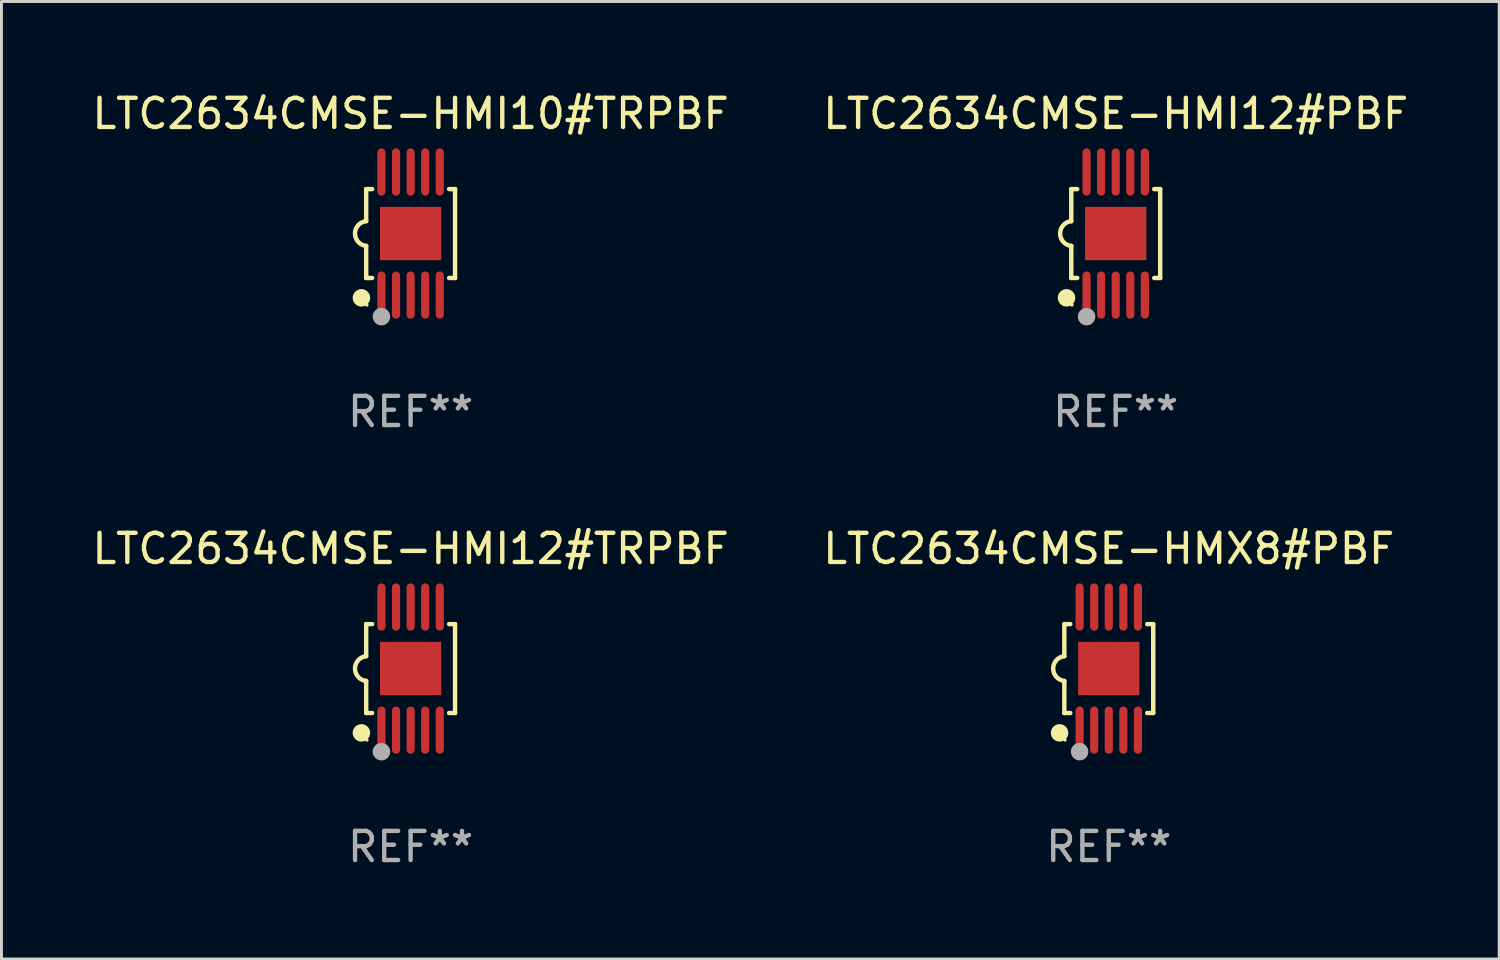
<source format=kicad_pcb>
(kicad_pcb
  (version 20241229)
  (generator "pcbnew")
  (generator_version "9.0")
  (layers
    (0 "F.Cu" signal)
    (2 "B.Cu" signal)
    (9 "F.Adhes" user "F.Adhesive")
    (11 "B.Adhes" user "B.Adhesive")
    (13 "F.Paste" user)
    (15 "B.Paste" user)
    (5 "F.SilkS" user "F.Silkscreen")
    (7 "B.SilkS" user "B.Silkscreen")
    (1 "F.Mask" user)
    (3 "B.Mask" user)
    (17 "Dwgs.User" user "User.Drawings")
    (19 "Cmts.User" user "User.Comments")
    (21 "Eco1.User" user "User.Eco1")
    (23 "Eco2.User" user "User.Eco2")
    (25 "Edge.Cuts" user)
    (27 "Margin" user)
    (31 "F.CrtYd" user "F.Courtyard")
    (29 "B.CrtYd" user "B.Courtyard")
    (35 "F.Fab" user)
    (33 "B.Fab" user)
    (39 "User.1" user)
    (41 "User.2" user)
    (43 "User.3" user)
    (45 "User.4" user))
  (footprint "LTC2634CMSE-HMI12#TRPBF"
    (layer "F.Cu")
    (at 11.03 19.875)
    (property "Reference" "LTC2634CMSE-HMI12#TRPBF" (at 0 -4.11 0) (layer "F.SilkS") (effects (font (size 1 1) (thickness 0.15))))
    (attr through_hole)
    (fp_line (start -1.524 -1.524) (end -1.524 -0.424) (stroke (width 0.152) (type solid)) (layer "F.SilkS"))
    (fp_line (start -1.524 1.524) (end -1.524 0.424) (stroke (width 0.152) (type solid)) (layer "F.SilkS"))
    (fp_line (start -1.524 1.524) (end -1.32 1.524) (stroke (width 0.152) (type solid)) (layer "F.SilkS"))
    (fp_line (start -1.32 -1.524) (end -1.524 -1.524) (stroke (width 0.152) (type solid)) (layer "F.SilkS"))
    (fp_line (start 1.32 1.524) (end 1.524 1.524) (stroke (width 0.152) (type solid)) (layer "F.SilkS"))
    (fp_line (start 1.524 -1.524) (end 1.32 -1.524) (stroke (width 0.152) (type solid)) (layer "F.SilkS"))
    (fp_line (start 1.524 1.524) (end 1.524 -1.524) (stroke (width 0.152) (type solid)) (layer "F.SilkS"))
    (fp_arc (start -1.524003 0.424003) (mid -1.906663 -0.000089) (end -1.524004 -0.424181) (stroke (width 0.151994) (type solid)) (layer "F.SilkS"))
    (fp_circle (center -1.687 2.205) (end -1.537 2.205) (stroke (width 0.3) (type solid)) (fill no) (layer "F.SilkS"))
    (fp_circle (center -1.5 2.45) (end -1.47 2.45) (stroke (width 0.06) (type solid)) (fill no) (layer "F.SilkS"))
    (fp_circle (center -1 2.85) (end -0.85 2.85) (stroke (width 0.3) (type solid)) (fill no) (layer "F.Fab"))
    (fp_text user "REF**" (at 0 6.11 0) (layer "F.Fab") (effects (font (size 1 1) (thickness 0.15))))
    (pad "1" smd oval (at -1 2.11) (size 0.28 1.62) (layers "F.Cu" "F.Mask" "F.Paste"))
    (pad "2" smd oval (at -0.5 2.11) (size 0.28 1.62) (layers "F.Cu" "F.Mask" "F.Paste"))
    (pad "3" smd oval (at 0 2.11) (size 0.28 1.62) (layers "F.Cu" "F.Mask" "F.Paste"))
    (pad "4" smd oval (at 0.5 2.11) (size 0.28 1.62) (layers "F.Cu" "F.Mask" "F.Paste"))
    (pad "5" smd oval (at 1 2.11) (size 0.28 1.62) (layers "F.Cu" "F.Mask" "F.Paste"))
    (pad "6" smd oval (at 1 -2.11) (size 0.28 1.62) (layers "F.Cu" "F.Mask" "F.Paste"))
    (pad "7" smd oval (at 0.5 -2.11) (size 0.28 1.62) (layers "F.Cu" "F.Mask" "F.Paste"))
    (pad "8" smd oval (at 0 -2.11) (size 0.28 1.62) (layers "F.Cu" "F.Mask" "F.Paste"))
    (pad "9" smd oval (at -0.5 -2.11) (size 0.28 1.62) (layers "F.Cu" "F.Mask" "F.Paste"))
    (pad "10" smd oval (at -1 -2.11) (size 0.28 1.62) (layers "F.Cu" "F.Mask" "F.Paste"))
    (pad "11" smd rect (at 0 0) (size 2.1 1.83) (layers "F.Cu" "F.Mask" "F.Paste")))
  (footprint "LTC2634CMSE-HMX8#PBF"
    (layer "F.Cu")
    (at 34.97 19.875)
    (property "Reference" "LTC2634CMSE-HMX8#PBF" (at 0 -4.11 0) (layer "F.SilkS") (effects (font (size 1 1) (thickness 0.15))))
    (attr through_hole)
    (fp_line (start -1.524 -1.524) (end -1.524 -0.424) (stroke (width 0.152) (type solid)) (layer "F.SilkS"))
    (fp_line (start -1.524 1.524) (end -1.524 0.424) (stroke (width 0.152) (type solid)) (layer "F.SilkS"))
    (fp_line (start -1.524 1.524) (end -1.32 1.524) (stroke (width 0.152) (type solid)) (layer "F.SilkS"))
    (fp_line (start -1.32 -1.524) (end -1.524 -1.524) (stroke (width 0.152) (type solid)) (layer "F.SilkS"))
    (fp_line (start 1.32 1.524) (end 1.524 1.524) (stroke (width 0.152) (type solid)) (layer "F.SilkS"))
    (fp_line (start 1.524 -1.524) (end 1.32 -1.524) (stroke (width 0.152) (type solid)) (layer "F.SilkS"))
    (fp_line (start 1.524 1.524) (end 1.524 -1.524) (stroke (width 0.152) (type solid)) (layer "F.SilkS"))
    (fp_arc (start -1.524003 0.424003) (mid -1.906663 -0.000089) (end -1.524004 -0.424181) (stroke (width 0.151994) (type solid)) (layer "F.SilkS"))
    (fp_circle (center -1.687 2.205) (end -1.537 2.205) (stroke (width 0.3) (type solid)) (fill no) (layer "F.SilkS"))
    (fp_circle (center -1.5 2.45) (end -1.47 2.45) (stroke (width 0.06) (type solid)) (fill no) (layer "F.SilkS"))
    (fp_circle (center -1 2.85) (end -0.85 2.85) (stroke (width 0.3) (type solid)) (fill no) (layer "F.Fab"))
    (fp_text user "REF**" (at 0 6.11 0) (layer "F.Fab") (effects (font (size 1 1) (thickness 0.15))))
    (pad "1" smd oval (at -1 2.11) (size 0.28 1.62) (layers "F.Cu" "F.Mask" "F.Paste"))
    (pad "2" smd oval (at -0.5 2.11) (size 0.28 1.62) (layers "F.Cu" "F.Mask" "F.Paste"))
    (pad "3" smd oval (at 0 2.11) (size 0.28 1.62) (layers "F.Cu" "F.Mask" "F.Paste"))
    (pad "4" smd oval (at 0.5 2.11) (size 0.28 1.62) (layers "F.Cu" "F.Mask" "F.Paste"))
    (pad "5" smd oval (at 1 2.11) (size 0.28 1.62) (layers "F.Cu" "F.Mask" "F.Paste"))
    (pad "6" smd oval (at 1 -2.11) (size 0.28 1.62) (layers "F.Cu" "F.Mask" "F.Paste"))
    (pad "7" smd oval (at 0.5 -2.11) (size 0.28 1.62) (layers "F.Cu" "F.Mask" "F.Paste"))
    (pad "8" smd oval (at 0 -2.11) (size 0.28 1.62) (layers "F.Cu" "F.Mask" "F.Paste"))
    (pad "9" smd oval (at -0.5 -2.11) (size 0.28 1.62) (layers "F.Cu" "F.Mask" "F.Paste"))
    (pad "10" smd oval (at -1 -2.11) (size 0.28 1.62) (layers "F.Cu" "F.Mask" "F.Paste"))
    (pad "11" smd rect (at 0 0) (size 2.1 1.83) (layers "F.Cu" "F.Mask" "F.Paste")))
  (footprint "LTC2634CMSE-HMI12#PBF"
    (layer "F.Cu")
    (at 35.208 4.958)
    (property "Reference" "LTC2634CMSE-HMI12#PBF" (at 0 -4.11 0) (layer "F.SilkS") (effects (font (size 1 1) (thickness 0.15))))
    (attr through_hole)
    (fp_line (start -1.524 -1.524) (end -1.524 -0.424) (stroke (width 0.152) (type solid)) (layer "F.SilkS"))
    (fp_line (start -1.524 1.524) (end -1.524 0.424) (stroke (width 0.152) (type solid)) (layer "F.SilkS"))
    (fp_line (start -1.524 1.524) (end -1.32 1.524) (stroke (width 0.152) (type solid)) (layer "F.SilkS"))
    (fp_line (start -1.32 -1.524) (end -1.524 -1.524) (stroke (width 0.152) (type solid)) (layer "F.SilkS"))
    (fp_line (start 1.32 1.524) (end 1.524 1.524) (stroke (width 0.152) (type solid)) (layer "F.SilkS"))
    (fp_line (start 1.524 -1.524) (end 1.32 -1.524) (stroke (width 0.152) (type solid)) (layer "F.SilkS"))
    (fp_line (start 1.524 1.524) (end 1.524 -1.524) (stroke (width 0.152) (type solid)) (layer "F.SilkS"))
    (fp_arc (start -1.524003 0.424003) (mid -1.906663 -0.000089) (end -1.524004 -0.424181) (stroke (width 0.151994) (type solid)) (layer "F.SilkS"))
    (fp_circle (center -1.687 2.205) (end -1.537 2.205) (stroke (width 0.3) (type solid)) (fill no) (layer "F.SilkS"))
    (fp_circle (center -1.5 2.45) (end -1.47 2.45) (stroke (width 0.06) (type solid)) (fill no) (layer "F.SilkS"))
    (fp_circle (center -1 2.85) (end -0.85 2.85) (stroke (width 0.3) (type solid)) (fill no) (layer "F.Fab"))
    (fp_text user "REF**" (at 0 6.11 0) (layer "F.Fab") (effects (font (size 1 1) (thickness 0.15))))
    (pad "1" smd oval (at -1 2.11) (size 0.28 1.62) (layers "F.Cu" "F.Mask" "F.Paste"))
    (pad "2" smd oval (at -0.5 2.11) (size 0.28 1.62) (layers "F.Cu" "F.Mask" "F.Paste"))
    (pad "3" smd oval (at 0 2.11) (size 0.28 1.62) (layers "F.Cu" "F.Mask" "F.Paste"))
    (pad "4" smd oval (at 0.5 2.11) (size 0.28 1.62) (layers "F.Cu" "F.Mask" "F.Paste"))
    (pad "5" smd oval (at 1 2.11) (size 0.28 1.62) (layers "F.Cu" "F.Mask" "F.Paste"))
    (pad "6" smd oval (at 1 -2.11) (size 0.28 1.62) (layers "F.Cu" "F.Mask" "F.Paste"))
    (pad "7" smd oval (at 0.5 -2.11) (size 0.28 1.62) (layers "F.Cu" "F.Mask" "F.Paste"))
    (pad "8" smd oval (at 0 -2.11) (size 0.28 1.62) (layers "F.Cu" "F.Mask" "F.Paste"))
    (pad "9" smd oval (at -0.5 -2.11) (size 0.28 1.62) (layers "F.Cu" "F.Mask" "F.Paste"))
    (pad "10" smd oval (at -1 -2.11) (size 0.28 1.62) (layers "F.Cu" "F.Mask" "F.Paste"))
    (pad "11" smd rect (at 0 0) (size 2.1 1.83) (layers "F.Cu" "F.Mask" "F.Paste")))
  (footprint "LTC2634CMSE-HMI10#TRPBF"
    (layer "F.Cu")
    (at 11.03 4.958)
    (property "Reference" "LTC2634CMSE-HMI10#TRPBF" (at 0 -4.11 0) (layer "F.SilkS") (effects (font (size 1 1) (thickness 0.15))))
    (attr through_hole)
    (fp_line (start -1.524 -1.524) (end -1.524 -0.424) (stroke (width 0.152) (type solid)) (layer "F.SilkS"))
    (fp_line (start -1.524 1.524) (end -1.524 0.424) (stroke (width 0.152) (type solid)) (layer "F.SilkS"))
    (fp_line (start -1.524 1.524) (end -1.32 1.524) (stroke (width 0.152) (type solid)) (layer "F.SilkS"))
    (fp_line (start -1.32 -1.524) (end -1.524 -1.524) (stroke (width 0.152) (type solid)) (layer "F.SilkS"))
    (fp_line (start 1.32 1.524) (end 1.524 1.524) (stroke (width 0.152) (type solid)) (layer "F.SilkS"))
    (fp_line (start 1.524 -1.524) (end 1.32 -1.524) (stroke (width 0.152) (type solid)) (layer "F.SilkS"))
    (fp_line (start 1.524 1.524) (end 1.524 -1.524) (stroke (width 0.152) (type solid)) (layer "F.SilkS"))
    (fp_arc (start -1.524003 0.424003) (mid -1.906663 -0.000089) (end -1.524004 -0.424181) (stroke (width 0.151994) (type solid)) (layer "F.SilkS"))
    (fp_circle (center -1.687 2.205) (end -1.537 2.205) (stroke (width 0.3) (type solid)) (fill no) (layer "F.SilkS"))
    (fp_circle (center -1.5 2.45) (end -1.47 2.45) (stroke (width 0.06) (type solid)) (fill no) (layer "F.SilkS"))
    (fp_circle (center -1 2.85) (end -0.85 2.85) (stroke (width 0.3) (type solid)) (fill no) (layer "F.Fab"))
    (fp_text user "REF**" (at 0 6.11 0) (layer "F.Fab") (effects (font (size 1 1) (thickness 0.15))))
    (pad "1" smd oval (at -1 2.11) (size 0.28 1.62) (layers "F.Cu" "F.Mask" "F.Paste"))
    (pad "2" smd oval (at -0.5 2.11) (size 0.28 1.62) (layers "F.Cu" "F.Mask" "F.Paste"))
    (pad "3" smd oval (at 0 2.11) (size 0.28 1.62) (layers "F.Cu" "F.Mask" "F.Paste"))
    (pad "4" smd oval (at 0.5 2.11) (size 0.28 1.62) (layers "F.Cu" "F.Mask" "F.Paste"))
    (pad "5" smd oval (at 1 2.11) (size 0.28 1.62) (layers "F.Cu" "F.Mask" "F.Paste"))
    (pad "6" smd oval (at 1 -2.11) (size 0.28 1.62) (layers "F.Cu" "F.Mask" "F.Paste"))
    (pad "7" smd oval (at 0.5 -2.11) (size 0.28 1.62) (layers "F.Cu" "F.Mask" "F.Paste"))
    (pad "8" smd oval (at 0 -2.11) (size 0.28 1.62) (layers "F.Cu" "F.Mask" "F.Paste"))
    (pad "9" smd oval (at -0.5 -2.11) (size 0.28 1.62) (layers "F.Cu" "F.Mask" "F.Paste"))
    (pad "10" smd oval (at -1 -2.11) (size 0.28 1.62) (layers "F.Cu" "F.Mask" "F.Paste"))
    (pad "11" smd rect (at 0 0) (size 2.1 1.83) (layers "F.Cu" "F.Mask" "F.Paste")))
  (gr_rect
    (start -3 -3)
    (end 48.357 29.833)
    (stroke (width 0.1) (type default))
    (fill no)
    (layer "Edge.Cuts")))
</source>
